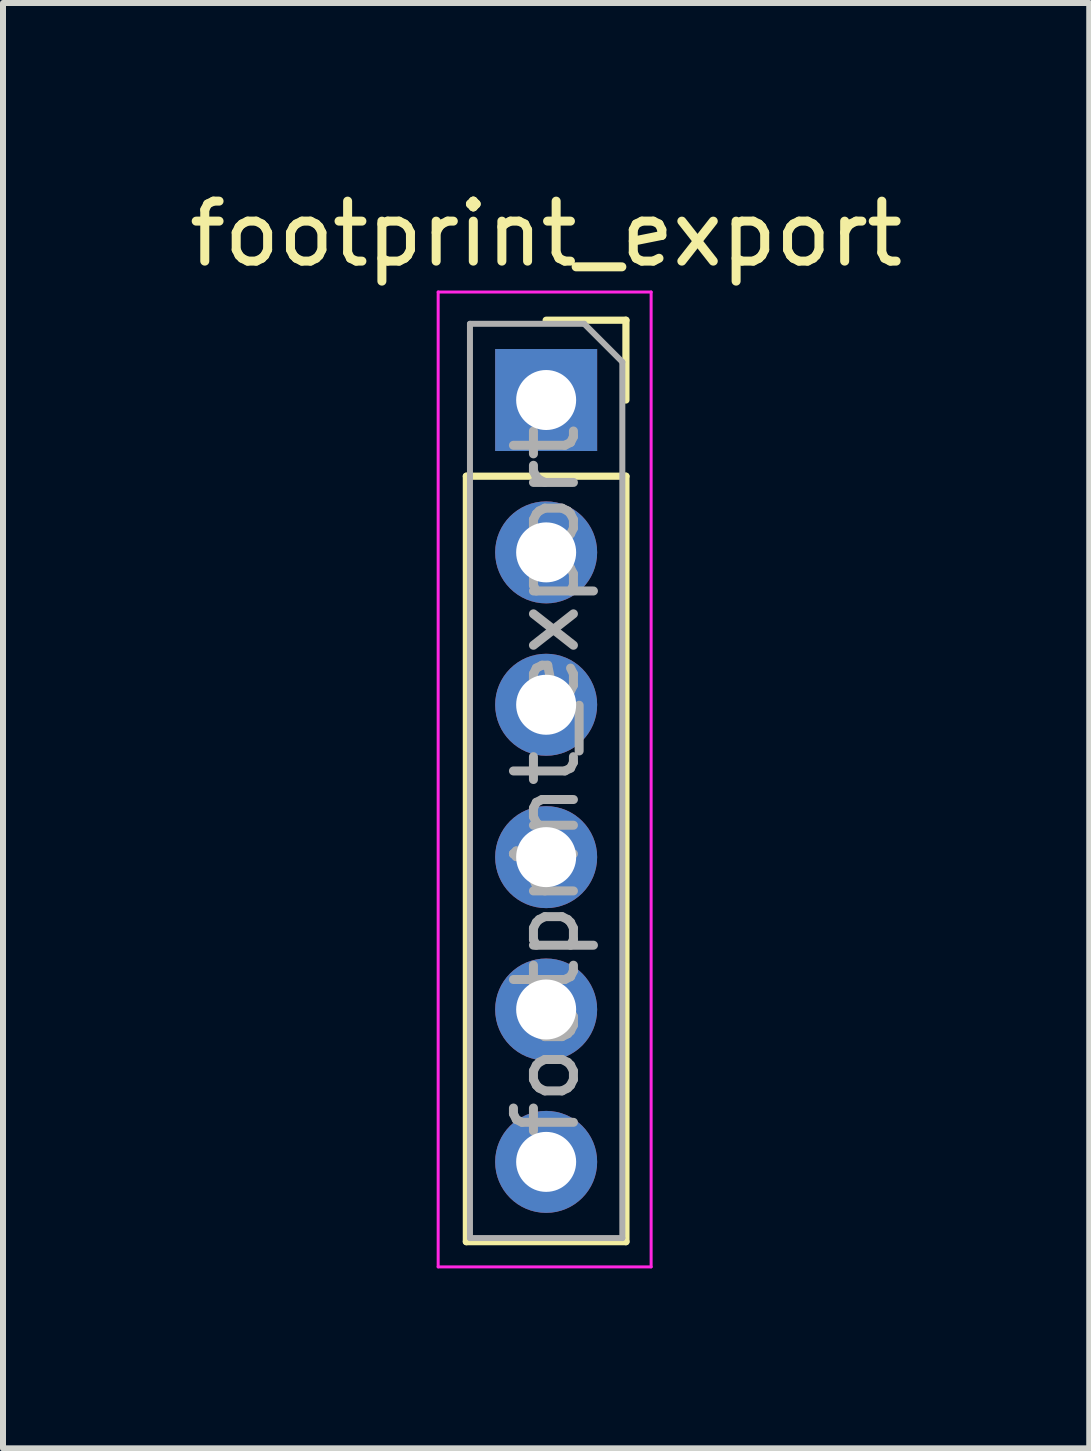
<source format=kicad_pcb>
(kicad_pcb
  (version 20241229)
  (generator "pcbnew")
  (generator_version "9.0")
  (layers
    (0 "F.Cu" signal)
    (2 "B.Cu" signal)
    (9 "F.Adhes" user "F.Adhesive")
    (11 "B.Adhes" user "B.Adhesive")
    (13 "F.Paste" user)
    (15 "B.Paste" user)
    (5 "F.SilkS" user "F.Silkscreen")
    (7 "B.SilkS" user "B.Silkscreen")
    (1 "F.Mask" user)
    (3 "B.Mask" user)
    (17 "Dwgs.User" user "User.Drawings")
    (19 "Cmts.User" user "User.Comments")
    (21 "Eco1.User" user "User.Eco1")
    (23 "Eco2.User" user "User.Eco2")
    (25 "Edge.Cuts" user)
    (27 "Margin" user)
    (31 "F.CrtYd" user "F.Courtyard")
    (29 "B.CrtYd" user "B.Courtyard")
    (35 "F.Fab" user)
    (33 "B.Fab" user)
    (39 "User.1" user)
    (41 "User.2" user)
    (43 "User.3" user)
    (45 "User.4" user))
  (footprint "footprint_export"
    (layer "F.Cu")
    (at 6.054 3.618)
    (property "Reference" "footprint_export" (at 0 -2.77 0) (layer "F.SilkS") (effects (font (size 1 1) (thickness 0.15))))
    (attr through_hole)
    (fp_line (start -1.33 1.27) (end -1.33 14.03) (stroke (width 0.12) (type solid)) (layer "F.SilkS"))
    (fp_line (start -1.33 1.27) (end 1.33 1.27) (stroke (width 0.12) (type solid)) (layer "F.SilkS"))
    (fp_line (start -1.33 14.03) (end 1.33 14.03) (stroke (width 0.12) (type solid)) (layer "F.SilkS"))
    (fp_line (start 0 -1.33) (end 1.33 -1.33) (stroke (width 0.12) (type solid)) (layer "F.SilkS"))
    (fp_line (start 1.33 -1.33) (end 1.33 0) (stroke (width 0.12) (type solid)) (layer "F.SilkS"))
    (fp_line (start 1.33 1.27) (end 1.33 14.03) (stroke (width 0.12) (type solid)) (layer "F.SilkS"))
    (fp_line (start -1.8 -1.8) (end 1.75 -1.8) (stroke (width 0.05) (type solid)) (layer "F.CrtYd"))
    (fp_line (start -1.8 14.45) (end -1.8 -1.8) (stroke (width 0.05) (type solid)) (layer "F.CrtYd"))
    (fp_line (start 1.75 -1.8) (end 1.75 14.45) (stroke (width 0.05) (type solid)) (layer "F.CrtYd"))
    (fp_line (start 1.75 14.45) (end -1.8 14.45) (stroke (width 0.05) (type solid)) (layer "F.CrtYd"))
    (fp_line (start -1.27 -1.27) (end 0.635 -1.27) (stroke (width 0.1) (type solid)) (layer "F.Fab"))
    (fp_line (start -1.27 13.97) (end -1.27 -1.27) (stroke (width 0.1) (type solid)) (layer "F.Fab"))
    (fp_line (start 0.635 -1.27) (end 1.27 -0.635) (stroke (width 0.1) (type solid)) (layer "F.Fab"))
    (fp_line (start 1.27 -0.635) (end 1.27 13.97) (stroke (width 0.1) (type solid)) (layer "F.Fab"))
    (fp_line (start 1.27 13.97) (end -1.27 13.97) (stroke (width 0.1) (type solid)) (layer "F.Fab"))
    (fp_text user "${REFERENCE}" (at 0 6.35 90) (layer "F.Fab") (effects (font (size 1 1) (thickness 0.15))))
    (pad "1" thru_hole rect (at 0 0) (size 1.7 1.7) (drill 1) (layers "*.Cu" "*.Mask"))
    (pad "2" thru_hole oval (at 0 2.54) (size 1.7 1.7) (drill 1) (layers "*.Cu" "*.Mask"))
    (pad "3" thru_hole oval (at 0 5.08) (size 1.7 1.7) (drill 1) (layers "*.Cu" "*.Mask"))
    (pad "4" thru_hole oval (at 0 7.62) (size 1.7 1.7) (drill 1) (layers "*.Cu" "*.Mask"))
    (pad "5" thru_hole oval (at 0 10.16) (size 1.7 1.7) (drill 1) (layers "*.Cu" "*.Mask"))
    (pad "6" thru_hole oval (at 0 12.7) (size 1.7 1.7) (drill 1) (layers "*.Cu" "*.Mask")))
  (gr_rect
    (start -3 -3)
    (end 15.107 21.093)
    (stroke (width 0.1) (type default))
    (fill no)
    (layer "Edge.Cuts")))
</source>
